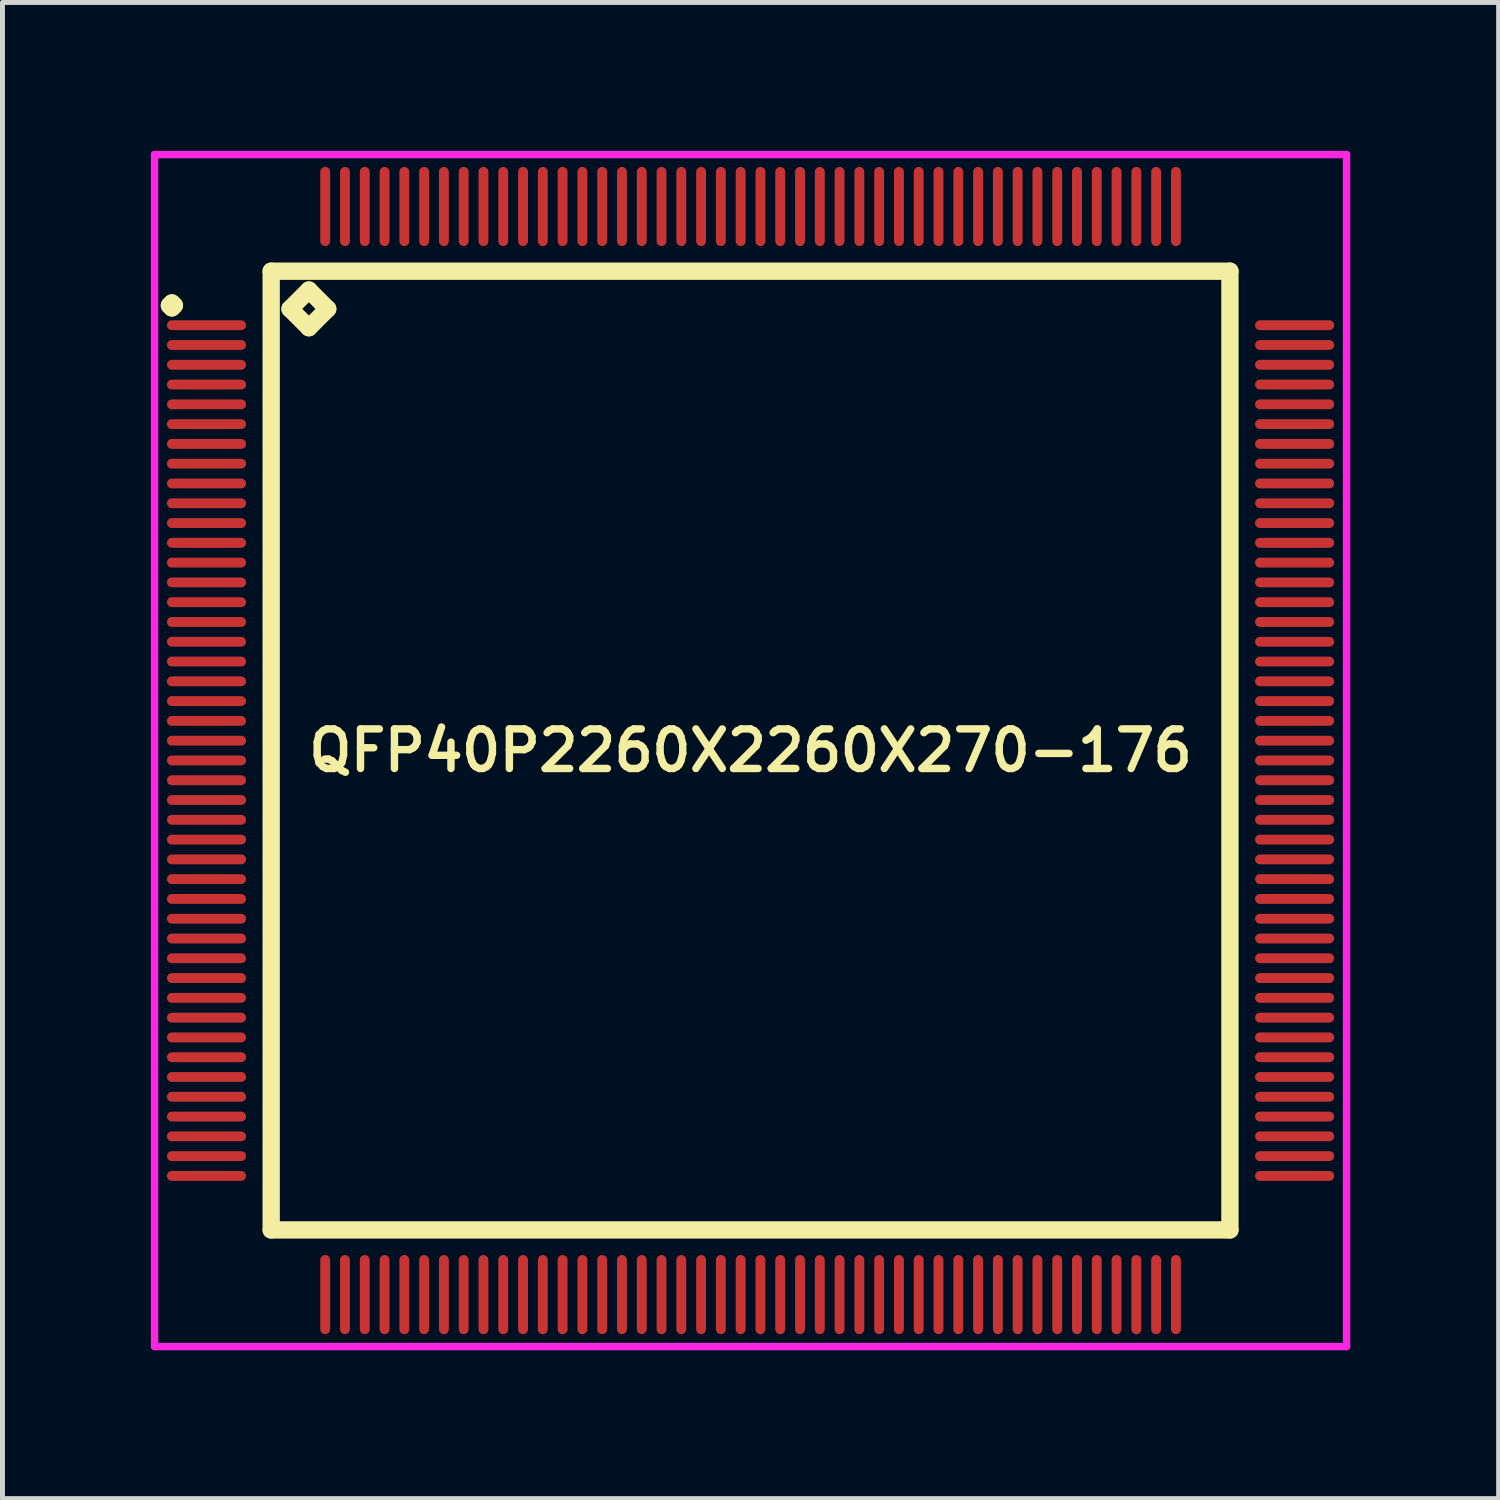
<source format=kicad_pcb>
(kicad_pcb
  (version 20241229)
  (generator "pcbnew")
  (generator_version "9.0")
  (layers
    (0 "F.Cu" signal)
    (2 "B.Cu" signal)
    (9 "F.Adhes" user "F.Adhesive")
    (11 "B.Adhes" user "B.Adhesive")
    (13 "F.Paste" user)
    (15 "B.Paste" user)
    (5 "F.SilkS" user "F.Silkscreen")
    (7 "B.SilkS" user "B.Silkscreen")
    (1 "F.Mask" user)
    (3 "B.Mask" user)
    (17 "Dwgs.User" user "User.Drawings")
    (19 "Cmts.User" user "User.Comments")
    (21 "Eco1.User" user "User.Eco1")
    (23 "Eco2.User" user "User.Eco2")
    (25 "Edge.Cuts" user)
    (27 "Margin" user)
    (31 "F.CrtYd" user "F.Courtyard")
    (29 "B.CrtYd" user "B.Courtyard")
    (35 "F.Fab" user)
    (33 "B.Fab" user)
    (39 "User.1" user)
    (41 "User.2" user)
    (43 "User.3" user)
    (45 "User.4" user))
  (footprint "QFP40P2260X2260X270-176"
    (layer "F.Cu")
    (at 12.125 12.125)
    (property "Reference" "QFP40P2260X2260X270-176" (at 0 0 0) (layer "F.SilkS") (effects (font (size 0.8 0.8) (thickness 0.15))))
    (attr smd)
    (fp_line (start -11.75 -9) (end -11.7 -9.05) (stroke (width 0.35) (type solid)) (layer "F.SilkS"))
    (fp_line (start -11.7 -9.05) (end -11.65 -9) (stroke (width 0.35) (type solid)) (layer "F.SilkS"))
    (fp_line (start -11.7 -8.95) (end -11.75 -9) (stroke (width 0.35) (type solid)) (layer "F.SilkS"))
    (fp_line (start -11.65 -9) (end -11.7 -8.95) (stroke (width 0.35) (type solid)) (layer "F.SilkS"))
    (fp_line (start -9.692 -9.692) (end -9.692 9.692) (stroke (width 0.35) (type solid)) (layer "F.SilkS"))
    (fp_line (start -9.692 9.692) (end 9.692 9.692) (stroke (width 0.35) (type solid)) (layer "F.SilkS"))
    (fp_line (start -9.311 -8.93) (end -8.93 -9.311) (stroke (width 0.35) (type solid)) (layer "F.SilkS"))
    (fp_line (start -8.93 -9.311) (end -8.549 -8.93) (stroke (width 0.35) (type solid)) (layer "F.SilkS"))
    (fp_line (start -8.93 -8.549) (end -9.311 -8.93) (stroke (width 0.35) (type solid)) (layer "F.SilkS"))
    (fp_line (start -8.549 -8.93) (end -8.93 -8.549) (stroke (width 0.35) (type solid)) (layer "F.SilkS"))
    (fp_line (start 9.692 -9.692) (end -9.692 -9.692) (stroke (width 0.35) (type solid)) (layer "F.SilkS"))
    (fp_line (start 9.692 9.692) (end 9.692 -9.692) (stroke (width 0.35) (type solid)) (layer "F.SilkS"))
    (fp_line (start -12.05 -12.05) (end 12.05 -12.05) (stroke (width 0.15) (type solid)) (layer "F.CrtYd"))
    (fp_line (start -12.05 12.05) (end -12.05 -12.05) (stroke (width 0.15) (type solid)) (layer "F.CrtYd"))
    (fp_line (start 12.05 -12.05) (end 12.05 12.05) (stroke (width 0.15) (type solid)) (layer "F.CrtYd"))
    (fp_line (start 12.05 12.05) (end -12.05 12.05) (stroke (width 0.15) (type solid)) (layer "F.CrtYd"))
    (pad "1" smd oval (at -11 -8.6) (size 1.6 0.2) (layers "F.Cu" "F.Mask" "F.Paste"))
    (pad "2" smd oval (at -11 -8.2) (size 1.6 0.2) (layers "F.Cu" "F.Mask" "F.Paste"))
    (pad "3" smd oval (at -11 -7.8) (size 1.6 0.2) (layers "F.Cu" "F.Mask" "F.Paste"))
    (pad "4" smd oval (at -11 -7.4) (size 1.6 0.2) (layers "F.Cu" "F.Mask" "F.Paste"))
    (pad "5" smd oval (at -11 -7) (size 1.6 0.2) (layers "F.Cu" "F.Mask" "F.Paste"))
    (pad "6" smd oval (at -11 -6.6) (size 1.6 0.2) (layers "F.Cu" "F.Mask" "F.Paste"))
    (pad "7" smd oval (at -11 -6.2) (size 1.6 0.2) (layers "F.Cu" "F.Mask" "F.Paste"))
    (pad "8" smd oval (at -11 -5.8) (size 1.6 0.2) (layers "F.Cu" "F.Mask" "F.Paste"))
    (pad "9" smd oval (at -11 -5.4) (size 1.6 0.2) (layers "F.Cu" "F.Mask" "F.Paste"))
    (pad "10" smd oval (at -11 -5) (size 1.6 0.2) (layers "F.Cu" "F.Mask" "F.Paste"))
    (pad "11" smd oval (at -11 -4.6) (size 1.6 0.2) (layers "F.Cu" "F.Mask" "F.Paste"))
    (pad "12" smd oval (at -11 -4.2) (size 1.6 0.2) (layers "F.Cu" "F.Mask" "F.Paste"))
    (pad "13" smd oval (at -11 -3.8) (size 1.6 0.2) (layers "F.Cu" "F.Mask" "F.Paste"))
    (pad "14" smd oval (at -11 -3.4) (size 1.6 0.2) (layers "F.Cu" "F.Mask" "F.Paste"))
    (pad "15" smd oval (at -11 -3) (size 1.6 0.2) (layers "F.Cu" "F.Mask" "F.Paste"))
    (pad "16" smd oval (at -11 -2.6) (size 1.6 0.2) (layers "F.Cu" "F.Mask" "F.Paste"))
    (pad "17" smd oval (at -11 -2.2) (size 1.6 0.2) (layers "F.Cu" "F.Mask" "F.Paste"))
    (pad "18" smd oval (at -11 -1.8) (size 1.6 0.2) (layers "F.Cu" "F.Mask" "F.Paste"))
    (pad "19" smd oval (at -11 -1.4) (size 1.6 0.2) (layers "F.Cu" "F.Mask" "F.Paste"))
    (pad "20" smd oval (at -11 -1) (size 1.6 0.2) (layers "F.Cu" "F.Mask" "F.Paste"))
    (pad "21" smd oval (at -11 -0.6) (size 1.6 0.2) (layers "F.Cu" "F.Mask" "F.Paste"))
    (pad "22" smd oval (at -11 -0.2) (size 1.6 0.2) (layers "F.Cu" "F.Mask" "F.Paste"))
    (pad "23" smd oval (at -11 0.2) (size 1.6 0.2) (layers "F.Cu" "F.Mask" "F.Paste"))
    (pad "24" smd oval (at -11 0.6) (size 1.6 0.2) (layers "F.Cu" "F.Mask" "F.Paste"))
    (pad "25" smd oval (at -11 1) (size 1.6 0.2) (layers "F.Cu" "F.Mask" "F.Paste"))
    (pad "26" smd oval (at -11 1.4) (size 1.6 0.2) (layers "F.Cu" "F.Mask" "F.Paste"))
    (pad "27" smd oval (at -11 1.8) (size 1.6 0.2) (layers "F.Cu" "F.Mask" "F.Paste"))
    (pad "28" smd oval (at -11 2.2) (size 1.6 0.2) (layers "F.Cu" "F.Mask" "F.Paste"))
    (pad "29" smd oval (at -11 2.6) (size 1.6 0.2) (layers "F.Cu" "F.Mask" "F.Paste"))
    (pad "30" smd oval (at -11 3) (size 1.6 0.2) (layers "F.Cu" "F.Mask" "F.Paste"))
    (pad "31" smd oval (at -11 3.4) (size 1.6 0.2) (layers "F.Cu" "F.Mask" "F.Paste"))
    (pad "32" smd oval (at -11 3.8) (size 1.6 0.2) (layers "F.Cu" "F.Mask" "F.Paste"))
    (pad "33" smd oval (at -11 4.2) (size 1.6 0.2) (layers "F.Cu" "F.Mask" "F.Paste"))
    (pad "34" smd oval (at -11 4.6) (size 1.6 0.2) (layers "F.Cu" "F.Mask" "F.Paste"))
    (pad "35" smd oval (at -11 5) (size 1.6 0.2) (layers "F.Cu" "F.Mask" "F.Paste"))
    (pad "36" smd oval (at -11 5.4) (size 1.6 0.2) (layers "F.Cu" "F.Mask" "F.Paste"))
    (pad "37" smd oval (at -11 5.8) (size 1.6 0.2) (layers "F.Cu" "F.Mask" "F.Paste"))
    (pad "38" smd oval (at -11 6.2) (size 1.6 0.2) (layers "F.Cu" "F.Mask" "F.Paste"))
    (pad "39" smd oval (at -11 6.6) (size 1.6 0.2) (layers "F.Cu" "F.Mask" "F.Paste"))
    (pad "40" smd oval (at -11 7) (size 1.6 0.2) (layers "F.Cu" "F.Mask" "F.Paste"))
    (pad "41" smd oval (at -11 7.4) (size 1.6 0.2) (layers "F.Cu" "F.Mask" "F.Paste"))
    (pad "42" smd oval (at -11 7.8) (size 1.6 0.2) (layers "F.Cu" "F.Mask" "F.Paste"))
    (pad "43" smd oval (at -11 8.2) (size 1.6 0.2) (layers "F.Cu" "F.Mask" "F.Paste"))
    (pad "44" smd oval (at -11 8.6) (size 1.6 0.2) (layers "F.Cu" "F.Mask" "F.Paste"))
    (pad "45" smd oval (at -8.6 11) (size 0.2 1.6) (layers "F.Cu" "F.Mask" "F.Paste"))
    (pad "46" smd oval (at -8.2 11) (size 0.2 1.6) (layers "F.Cu" "F.Mask" "F.Paste"))
    (pad "47" smd oval (at -7.8 11) (size 0.2 1.6) (layers "F.Cu" "F.Mask" "F.Paste"))
    (pad "48" smd oval (at -7.4 11) (size 0.2 1.6) (layers "F.Cu" "F.Mask" "F.Paste"))
    (pad "49" smd oval (at -7 11) (size 0.2 1.6) (layers "F.Cu" "F.Mask" "F.Paste"))
    (pad "50" smd oval (at -6.6 11) (size 0.2 1.6) (layers "F.Cu" "F.Mask" "F.Paste"))
    (pad "51" smd oval (at -6.2 11) (size 0.2 1.6) (layers "F.Cu" "F.Mask" "F.Paste"))
    (pad "52" smd oval (at -5.8 11) (size 0.2 1.6) (layers "F.Cu" "F.Mask" "F.Paste"))
    (pad "53" smd oval (at -5.4 11) (size 0.2 1.6) (layers "F.Cu" "F.Mask" "F.Paste"))
    (pad "54" smd oval (at -5 11) (size 0.2 1.6) (layers "F.Cu" "F.Mask" "F.Paste"))
    (pad "55" smd oval (at -4.6 11) (size 0.2 1.6) (layers "F.Cu" "F.Mask" "F.Paste"))
    (pad "56" smd oval (at -4.2 11) (size 0.2 1.6) (layers "F.Cu" "F.Mask" "F.Paste"))
    (pad "57" smd oval (at -3.8 11) (size 0.2 1.6) (layers "F.Cu" "F.Mask" "F.Paste"))
    (pad "58" smd oval (at -3.4 11) (size 0.2 1.6) (layers "F.Cu" "F.Mask" "F.Paste"))
    (pad "59" smd oval (at -3 11) (size 0.2 1.6) (layers "F.Cu" "F.Mask" "F.Paste"))
    (pad "60" smd oval (at -2.6 11) (size 0.2 1.6) (layers "F.Cu" "F.Mask" "F.Paste"))
    (pad "61" smd oval (at -2.2 11) (size 0.2 1.6) (layers "F.Cu" "F.Mask" "F.Paste"))
    (pad "62" smd oval (at -1.8 11) (size 0.2 1.6) (layers "F.Cu" "F.Mask" "F.Paste"))
    (pad "63" smd oval (at -1.4 11) (size 0.2 1.6) (layers "F.Cu" "F.Mask" "F.Paste"))
    (pad "64" smd oval (at -1 11) (size 0.2 1.6) (layers "F.Cu" "F.Mask" "F.Paste"))
    (pad "65" smd oval (at -0.6 11) (size 0.2 1.6) (layers "F.Cu" "F.Mask" "F.Paste"))
    (pad "66" smd oval (at -0.2 11) (size 0.2 1.6) (layers "F.Cu" "F.Mask" "F.Paste"))
    (pad "67" smd oval (at 0.2 11) (size 0.2 1.6) (layers "F.Cu" "F.Mask" "F.Paste"))
    (pad "68" smd oval (at 0.6 11) (size 0.2 1.6) (layers "F.Cu" "F.Mask" "F.Paste"))
    (pad "69" smd oval (at 1 11) (size 0.2 1.6) (layers "F.Cu" "F.Mask" "F.Paste"))
    (pad "70" smd oval (at 1.4 11) (size 0.2 1.6) (layers "F.Cu" "F.Mask" "F.Paste"))
    (pad "71" smd oval (at 1.8 11) (size 0.2 1.6) (layers "F.Cu" "F.Mask" "F.Paste"))
    (pad "72" smd oval (at 2.2 11) (size 0.2 1.6) (layers "F.Cu" "F.Mask" "F.Paste"))
    (pad "73" smd oval (at 2.6 11) (size 0.2 1.6) (layers "F.Cu" "F.Mask" "F.Paste"))
    (pad "74" smd oval (at 3 11) (size 0.2 1.6) (layers "F.Cu" "F.Mask" "F.Paste"))
    (pad "75" smd oval (at 3.4 11) (size 0.2 1.6) (layers "F.Cu" "F.Mask" "F.Paste"))
    (pad "76" smd oval (at 3.8 11) (size 0.2 1.6) (layers "F.Cu" "F.Mask" "F.Paste"))
    (pad "77" smd oval (at 4.2 11) (size 0.2 1.6) (layers "F.Cu" "F.Mask" "F.Paste"))
    (pad "78" smd oval (at 4.6 11) (size 0.2 1.6) (layers "F.Cu" "F.Mask" "F.Paste"))
    (pad "79" smd oval (at 5 11) (size 0.2 1.6) (layers "F.Cu" "F.Mask" "F.Paste"))
    (pad "80" smd oval (at 5.4 11) (size 0.2 1.6) (layers "F.Cu" "F.Mask" "F.Paste"))
    (pad "81" smd oval (at 5.8 11) (size 0.2 1.6) (layers "F.Cu" "F.Mask" "F.Paste"))
    (pad "82" smd oval (at 6.2 11) (size 0.2 1.6) (layers "F.Cu" "F.Mask" "F.Paste"))
    (pad "83" smd oval (at 6.6 11) (size 0.2 1.6) (layers "F.Cu" "F.Mask" "F.Paste"))
    (pad "84" smd oval (at 7 11) (size 0.2 1.6) (layers "F.Cu" "F.Mask" "F.Paste"))
    (pad "85" smd oval (at 7.4 11) (size 0.2 1.6) (layers "F.Cu" "F.Mask" "F.Paste"))
    (pad "86" smd oval (at 7.8 11) (size 0.2 1.6) (layers "F.Cu" "F.Mask" "F.Paste"))
    (pad "87" smd oval (at 8.2 11) (size 0.2 1.6) (layers "F.Cu" "F.Mask" "F.Paste"))
    (pad "88" smd oval (at 8.6 11) (size 0.2 1.6) (layers "F.Cu" "F.Mask" "F.Paste"))
    (pad "89" smd oval (at 11 8.6) (size 1.6 0.2) (layers "F.Cu" "F.Mask" "F.Paste"))
    (pad "90" smd oval (at 11 8.2) (size 1.6 0.2) (layers "F.Cu" "F.Mask" "F.Paste"))
    (pad "91" smd oval (at 11 7.8) (size 1.6 0.2) (layers "F.Cu" "F.Mask" "F.Paste"))
    (pad "92" smd oval (at 11 7.4) (size 1.6 0.2) (layers "F.Cu" "F.Mask" "F.Paste"))
    (pad "93" smd oval (at 11 7) (size 1.6 0.2) (layers "F.Cu" "F.Mask" "F.Paste"))
    (pad "94" smd oval (at 11 6.6) (size 1.6 0.2) (layers "F.Cu" "F.Mask" "F.Paste"))
    (pad "95" smd oval (at 11 6.2) (size 1.6 0.2) (layers "F.Cu" "F.Mask" "F.Paste"))
    (pad "96" smd oval (at 11 5.8) (size 1.6 0.2) (layers "F.Cu" "F.Mask" "F.Paste"))
    (pad "97" smd oval (at 11 5.4) (size 1.6 0.2) (layers "F.Cu" "F.Mask" "F.Paste"))
    (pad "98" smd oval (at 11 5) (size 1.6 0.2) (layers "F.Cu" "F.Mask" "F.Paste"))
    (pad "99" smd oval (at 11 4.6) (size 1.6 0.2) (layers "F.Cu" "F.Mask" "F.Paste"))
    (pad "100" smd oval (at 11 4.2) (size 1.6 0.2) (layers "F.Cu" "F.Mask" "F.Paste"))
    (pad "101" smd oval (at 11 3.8) (size 1.6 0.2) (layers "F.Cu" "F.Mask" "F.Paste"))
    (pad "102" smd oval (at 11 3.4) (size 1.6 0.2) (layers "F.Cu" "F.Mask" "F.Paste"))
    (pad "103" smd oval (at 11 3) (size 1.6 0.2) (layers "F.Cu" "F.Mask" "F.Paste"))
    (pad "104" smd oval (at 11 2.6) (size 1.6 0.2) (layers "F.Cu" "F.Mask" "F.Paste"))
    (pad "105" smd oval (at 11 2.2) (size 1.6 0.2) (layers "F.Cu" "F.Mask" "F.Paste"))
    (pad "106" smd oval (at 11 1.8) (size 1.6 0.2) (layers "F.Cu" "F.Mask" "F.Paste"))
    (pad "107" smd oval (at 11 1.4) (size 1.6 0.2) (layers "F.Cu" "F.Mask" "F.Paste"))
    (pad "108" smd oval (at 11 1) (size 1.6 0.2) (layers "F.Cu" "F.Mask" "F.Paste"))
    (pad "109" smd oval (at 11 0.6) (size 1.6 0.2) (layers "F.Cu" "F.Mask" "F.Paste"))
    (pad "110" smd oval (at 11 0.2) (size 1.6 0.2) (layers "F.Cu" "F.Mask" "F.Paste"))
    (pad "111" smd oval (at 11 -0.2) (size 1.6 0.2) (layers "F.Cu" "F.Mask" "F.Paste"))
    (pad "112" smd oval (at 11 -0.6) (size 1.6 0.2) (layers "F.Cu" "F.Mask" "F.Paste"))
    (pad "113" smd oval (at 11 -1) (size 1.6 0.2) (layers "F.Cu" "F.Mask" "F.Paste"))
    (pad "114" smd oval (at 11 -1.4) (size 1.6 0.2) (layers "F.Cu" "F.Mask" "F.Paste"))
    (pad "115" smd oval (at 11 -1.8) (size 1.6 0.2) (layers "F.Cu" "F.Mask" "F.Paste"))
    (pad "116" smd oval (at 11 -2.2) (size 1.6 0.2) (layers "F.Cu" "F.Mask" "F.Paste"))
    (pad "117" smd oval (at 11 -2.6) (size 1.6 0.2) (layers "F.Cu" "F.Mask" "F.Paste"))
    (pad "118" smd oval (at 11 -3) (size 1.6 0.2) (layers "F.Cu" "F.Mask" "F.Paste"))
    (pad "119" smd oval (at 11 -3.4) (size 1.6 0.2) (layers "F.Cu" "F.Mask" "F.Paste"))
    (pad "120" smd oval (at 11 -3.8) (size 1.6 0.2) (layers "F.Cu" "F.Mask" "F.Paste"))
    (pad "121" smd oval (at 11 -4.2) (size 1.6 0.2) (layers "F.Cu" "F.Mask" "F.Paste"))
    (pad "122" smd oval (at 11 -4.6) (size 1.6 0.2) (layers "F.Cu" "F.Mask" "F.Paste"))
    (pad "123" smd oval (at 11 -5) (size 1.6 0.2) (layers "F.Cu" "F.Mask" "F.Paste"))
    (pad "124" smd oval (at 11 -5.4) (size 1.6 0.2) (layers "F.Cu" "F.Mask" "F.Paste"))
    (pad "125" smd oval (at 11 -5.8) (size 1.6 0.2) (layers "F.Cu" "F.Mask" "F.Paste"))
    (pad "126" smd oval (at 11 -6.2) (size 1.6 0.2) (layers "F.Cu" "F.Mask" "F.Paste"))
    (pad "127" smd oval (at 11 -6.6) (size 1.6 0.2) (layers "F.Cu" "F.Mask" "F.Paste"))
    (pad "128" smd oval (at 11 -7) (size 1.6 0.2) (layers "F.Cu" "F.Mask" "F.Paste"))
    (pad "129" smd oval (at 11 -7.4) (size 1.6 0.2) (layers "F.Cu" "F.Mask" "F.Paste"))
    (pad "130" smd oval (at 11 -7.8) (size 1.6 0.2) (layers "F.Cu" "F.Mask" "F.Paste"))
    (pad "131" smd oval (at 11 -8.2) (size 1.6 0.2) (layers "F.Cu" "F.Mask" "F.Paste"))
    (pad "132" smd oval (at 11 -8.6) (size 1.6 0.2) (layers "F.Cu" "F.Mask" "F.Paste"))
    (pad "133" smd oval (at 8.6 -11) (size 0.2 1.6) (layers "F.Cu" "F.Mask" "F.Paste"))
    (pad "134" smd oval (at 8.2 -11) (size 0.2 1.6) (layers "F.Cu" "F.Mask" "F.Paste"))
    (pad "135" smd oval (at 7.8 -11) (size 0.2 1.6) (layers "F.Cu" "F.Mask" "F.Paste"))
    (pad "136" smd oval (at 7.4 -11) (size 0.2 1.6) (layers "F.Cu" "F.Mask" "F.Paste"))
    (pad "137" smd oval (at 7 -11) (size 0.2 1.6) (layers "F.Cu" "F.Mask" "F.Paste"))
    (pad "138" smd oval (at 6.6 -11) (size 0.2 1.6) (layers "F.Cu" "F.Mask" "F.Paste"))
    (pad "139" smd oval (at 6.2 -11) (size 0.2 1.6) (layers "F.Cu" "F.Mask" "F.Paste"))
    (pad "140" smd oval (at 5.8 -11) (size 0.2 1.6) (layers "F.Cu" "F.Mask" "F.Paste"))
    (pad "141" smd oval (at 5.4 -11) (size 0.2 1.6) (layers "F.Cu" "F.Mask" "F.Paste"))
    (pad "142" smd oval (at 5 -11) (size 0.2 1.6) (layers "F.Cu" "F.Mask" "F.Paste"))
    (pad "143" smd oval (at 4.6 -11) (size 0.2 1.6) (layers "F.Cu" "F.Mask" "F.Paste"))
    (pad "144" smd oval (at 4.2 -11) (size 0.2 1.6) (layers "F.Cu" "F.Mask" "F.Paste"))
    (pad "145" smd oval (at 3.8 -11) (size 0.2 1.6) (layers "F.Cu" "F.Mask" "F.Paste"))
    (pad "146" smd oval (at 3.4 -11) (size 0.2 1.6) (layers "F.Cu" "F.Mask" "F.Paste"))
    (pad "147" smd oval (at 3 -11) (size 0.2 1.6) (layers "F.Cu" "F.Mask" "F.Paste"))
    (pad "148" smd oval (at 2.6 -11) (size 0.2 1.6) (layers "F.Cu" "F.Mask" "F.Paste"))
    (pad "149" smd oval (at 2.2 -11) (size 0.2 1.6) (layers "F.Cu" "F.Mask" "F.Paste"))
    (pad "150" smd oval (at 1.8 -11) (size 0.2 1.6) (layers "F.Cu" "F.Mask" "F.Paste"))
    (pad "151" smd oval (at 1.4 -11) (size 0.2 1.6) (layers "F.Cu" "F.Mask" "F.Paste"))
    (pad "152" smd oval (at 1 -11) (size 0.2 1.6) (layers "F.Cu" "F.Mask" "F.Paste"))
    (pad "153" smd oval (at 0.6 -11) (size 0.2 1.6) (layers "F.Cu" "F.Mask" "F.Paste"))
    (pad "154" smd oval (at 0.2 -11) (size 0.2 1.6) (layers "F.Cu" "F.Mask" "F.Paste"))
    (pad "155" smd oval (at -0.2 -11) (size 0.2 1.6) (layers "F.Cu" "F.Mask" "F.Paste"))
    (pad "156" smd oval (at -0.6 -11) (size 0.2 1.6) (layers "F.Cu" "F.Mask" "F.Paste"))
    (pad "157" smd oval (at -1 -11) (size 0.2 1.6) (layers "F.Cu" "F.Mask" "F.Paste"))
    (pad "158" smd oval (at -1.4 -11) (size 0.2 1.6) (layers "F.Cu" "F.Mask" "F.Paste"))
    (pad "159" smd oval (at -1.8 -11) (size 0.2 1.6) (layers "F.Cu" "F.Mask" "F.Paste"))
    (pad "160" smd oval (at -2.2 -11) (size 0.2 1.6) (layers "F.Cu" "F.Mask" "F.Paste"))
    (pad "161" smd oval (at -2.6 -11) (size 0.2 1.6) (layers "F.Cu" "F.Mask" "F.Paste"))
    (pad "162" smd oval (at -3 -11) (size 0.2 1.6) (layers "F.Cu" "F.Mask" "F.Paste"))
    (pad "163" smd oval (at -3.4 -11) (size 0.2 1.6) (layers "F.Cu" "F.Mask" "F.Paste"))
    (pad "164" smd oval (at -3.8 -11) (size 0.2 1.6) (layers "F.Cu" "F.Mask" "F.Paste"))
    (pad "165" smd oval (at -4.2 -11) (size 0.2 1.6) (layers "F.Cu" "F.Mask" "F.Paste"))
    (pad "166" smd oval (at -4.6 -11) (size 0.2 1.6) (layers "F.Cu" "F.Mask" "F.Paste"))
    (pad "167" smd oval (at -5 -11) (size 0.2 1.6) (layers "F.Cu" "F.Mask" "F.Paste"))
    (pad "168" smd oval (at -5.4 -11) (size 0.2 1.6) (layers "F.Cu" "F.Mask" "F.Paste"))
    (pad "169" smd oval (at -5.8 -11) (size 0.2 1.6) (layers "F.Cu" "F.Mask" "F.Paste"))
    (pad "170" smd oval (at -6.2 -11) (size 0.2 1.6) (layers "F.Cu" "F.Mask" "F.Paste"))
    (pad "171" smd oval (at -6.6 -11) (size 0.2 1.6) (layers "F.Cu" "F.Mask" "F.Paste"))
    (pad "172" smd oval (at -7 -11) (size 0.2 1.6) (layers "F.Cu" "F.Mask" "F.Paste"))
    (pad "173" smd oval (at -7.4 -11) (size 0.2 1.6) (layers "F.Cu" "F.Mask" "F.Paste"))
    (pad "174" smd oval (at -7.8 -11) (size 0.2 1.6) (layers "F.Cu" "F.Mask" "F.Paste"))
    (pad "175" smd oval (at -8.2 -11) (size 0.2 1.6) (layers "F.Cu" "F.Mask" "F.Paste"))
    (pad "176" smd oval (at -8.6 -11) (size 0.2 1.6) (layers "F.Cu" "F.Mask" "F.Paste")))
  (gr_rect
    (start -3 -3)
    (end 27.25 27.25)
    (stroke (width 0.1) (type default))
    (fill no)
    (layer "Edge.Cuts")))
</source>
